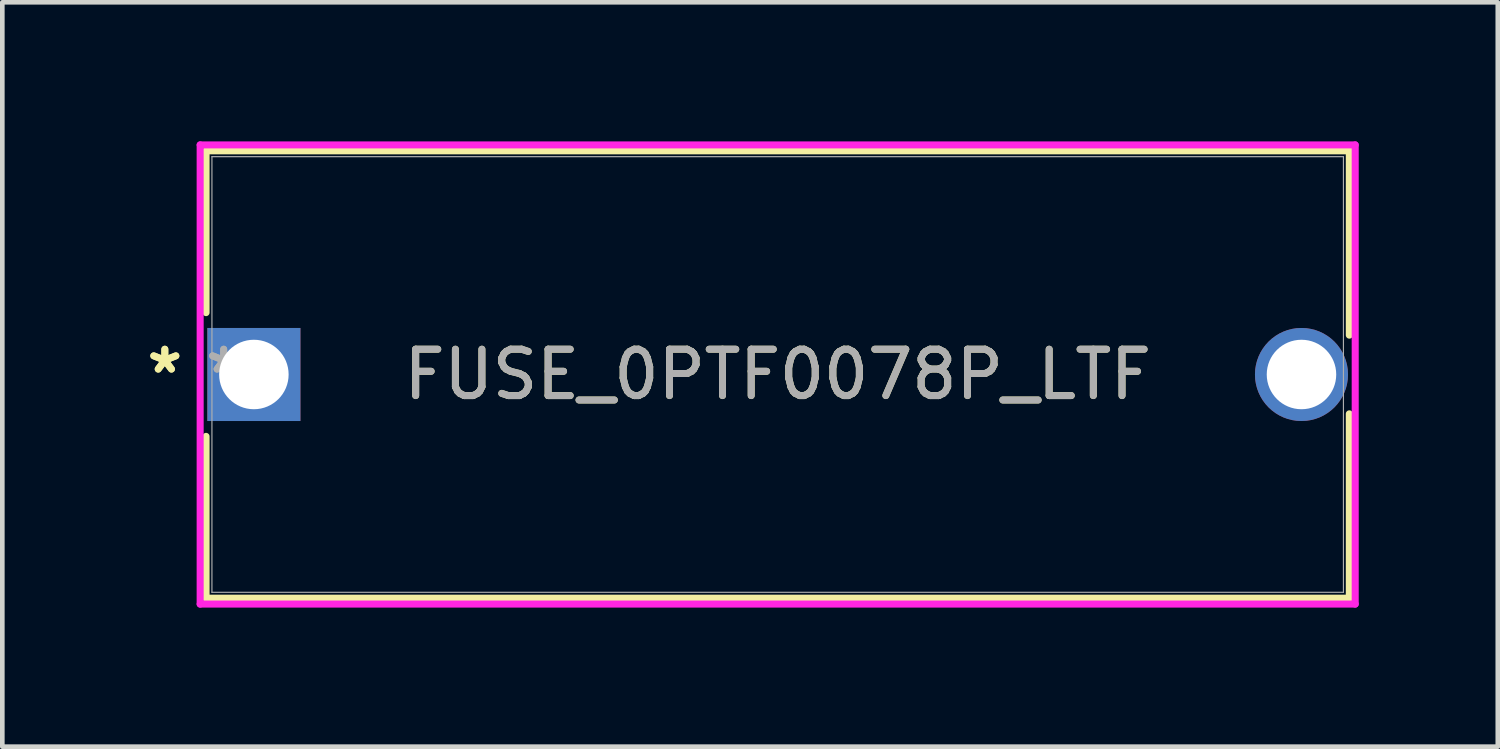
<source format=kicad_pcb>
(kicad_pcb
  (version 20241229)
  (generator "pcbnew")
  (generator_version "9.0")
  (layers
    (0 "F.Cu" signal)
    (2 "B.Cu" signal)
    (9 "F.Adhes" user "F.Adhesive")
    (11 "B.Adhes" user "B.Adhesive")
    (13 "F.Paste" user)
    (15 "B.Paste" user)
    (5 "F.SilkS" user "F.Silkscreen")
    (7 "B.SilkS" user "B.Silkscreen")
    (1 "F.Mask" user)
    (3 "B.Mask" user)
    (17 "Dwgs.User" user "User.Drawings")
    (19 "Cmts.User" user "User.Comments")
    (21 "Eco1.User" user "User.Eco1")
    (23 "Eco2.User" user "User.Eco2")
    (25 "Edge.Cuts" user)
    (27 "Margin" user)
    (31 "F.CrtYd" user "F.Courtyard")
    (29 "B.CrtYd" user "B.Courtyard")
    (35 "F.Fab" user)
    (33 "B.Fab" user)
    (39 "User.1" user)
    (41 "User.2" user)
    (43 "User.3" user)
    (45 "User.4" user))
  (footprint "FUSE_0PTF0078P_LTF"
    (layer "F.Cu")
    (at 2.427 5.029)
    (property "Reference" "FUSE_0PTF0078P_LTF" (at 11.3 0 0) (unlocked yes) (layer "F.SilkS") (effects (font (size 1 1) (thickness 0.15))))
    (attr through_hole)
    (fp_line (start -1.032 -4.826) (end -1.032 -1.335) (stroke (width 0.152) (type solid)) (layer "F.SilkS"))
    (fp_line (start -1.032 1.335) (end -1.032 4.826) (stroke (width 0.152) (type solid)) (layer "F.SilkS"))
    (fp_line (start -1.032 4.826) (end 23.632 4.826) (stroke (width 0.152) (type solid)) (layer "F.SilkS"))
    (fp_line (start 23.632 -4.826) (end -1.032 -4.826) (stroke (width 0.152) (type solid)) (layer "F.SilkS"))
    (fp_line (start 23.632 -0.849) (end 23.632 -4.826) (stroke (width 0.152) (type solid)) (layer "F.SilkS"))
    (fp_line (start 23.632 4.826) (end 23.632 0.849) (stroke (width 0.152) (type solid)) (layer "F.SilkS"))
    (fp_line (start -1.159 -4.953) (end 23.759 -4.953) (stroke (width 0.152) (type solid)) (layer "F.CrtYd"))
    (fp_line (start -1.159 4.953) (end -1.159 -4.953) (stroke (width 0.152) (type solid)) (layer "F.CrtYd"))
    (fp_line (start 23.759 -4.953) (end 23.759 4.953) (stroke (width 0.152) (type solid)) (layer "F.CrtYd"))
    (fp_line (start 23.759 4.953) (end -1.159 4.953) (stroke (width 0.152) (type solid)) (layer "F.CrtYd"))
    (fp_line (start -0.905 -4.699) (end -0.905 4.699) (stroke (width 0.025) (type solid)) (layer "F.Fab"))
    (fp_line (start -0.905 4.699) (end 23.505 4.699) (stroke (width 0.025) (type solid)) (layer "F.Fab"))
    (fp_line (start 23.505 -4.699) (end -0.905 -4.699) (stroke (width 0.025) (type solid)) (layer "F.Fab"))
    (fp_line (start 23.505 4.699) (end 23.505 -4.699) (stroke (width 0.025) (type solid)) (layer "F.Fab"))
    (fp_text user "*" (at -1.921 0 0) (unlocked yes) (layer "F.SilkS") (effects (font (size 1 1) (thickness 0.15))))
    (fp_text user "*" (at -1.921 0 0) (layer "F.SilkS") (effects (font (size 1 1) (thickness 0.15))))
    (fp_text user "*" (at -0.651 0 0) (unlocked yes) (layer "F.Fab") (effects (font (size 1 1) (thickness 0.15))))
    (fp_text user "*" (at -0.651 0 0) (layer "F.Fab") (effects (font (size 1 1) (thickness 0.15))))
    (fp_text user "${REFERENCE}" (at 11.3 0 0) (unlocked yes) (layer "F.Fab") (effects (font (size 1 1) (thickness 0.15))))
    (pad "1" thru_hole rect (at 0 0) (size 2.007 2.007) (drill 1.499) (layers "*.Cu" "*.Mask"))
    (pad "2" thru_hole circle (at 22.6 0) (size 2.007 2.007) (drill 1.499) (layers "*.Cu" "*.Mask")))
  (gr_rect
    (start -3 -3)
    (end 29.262 13.058)
    (stroke (width 0.1) (type default))
    (fill no)
    (layer "Edge.Cuts")))
</source>
